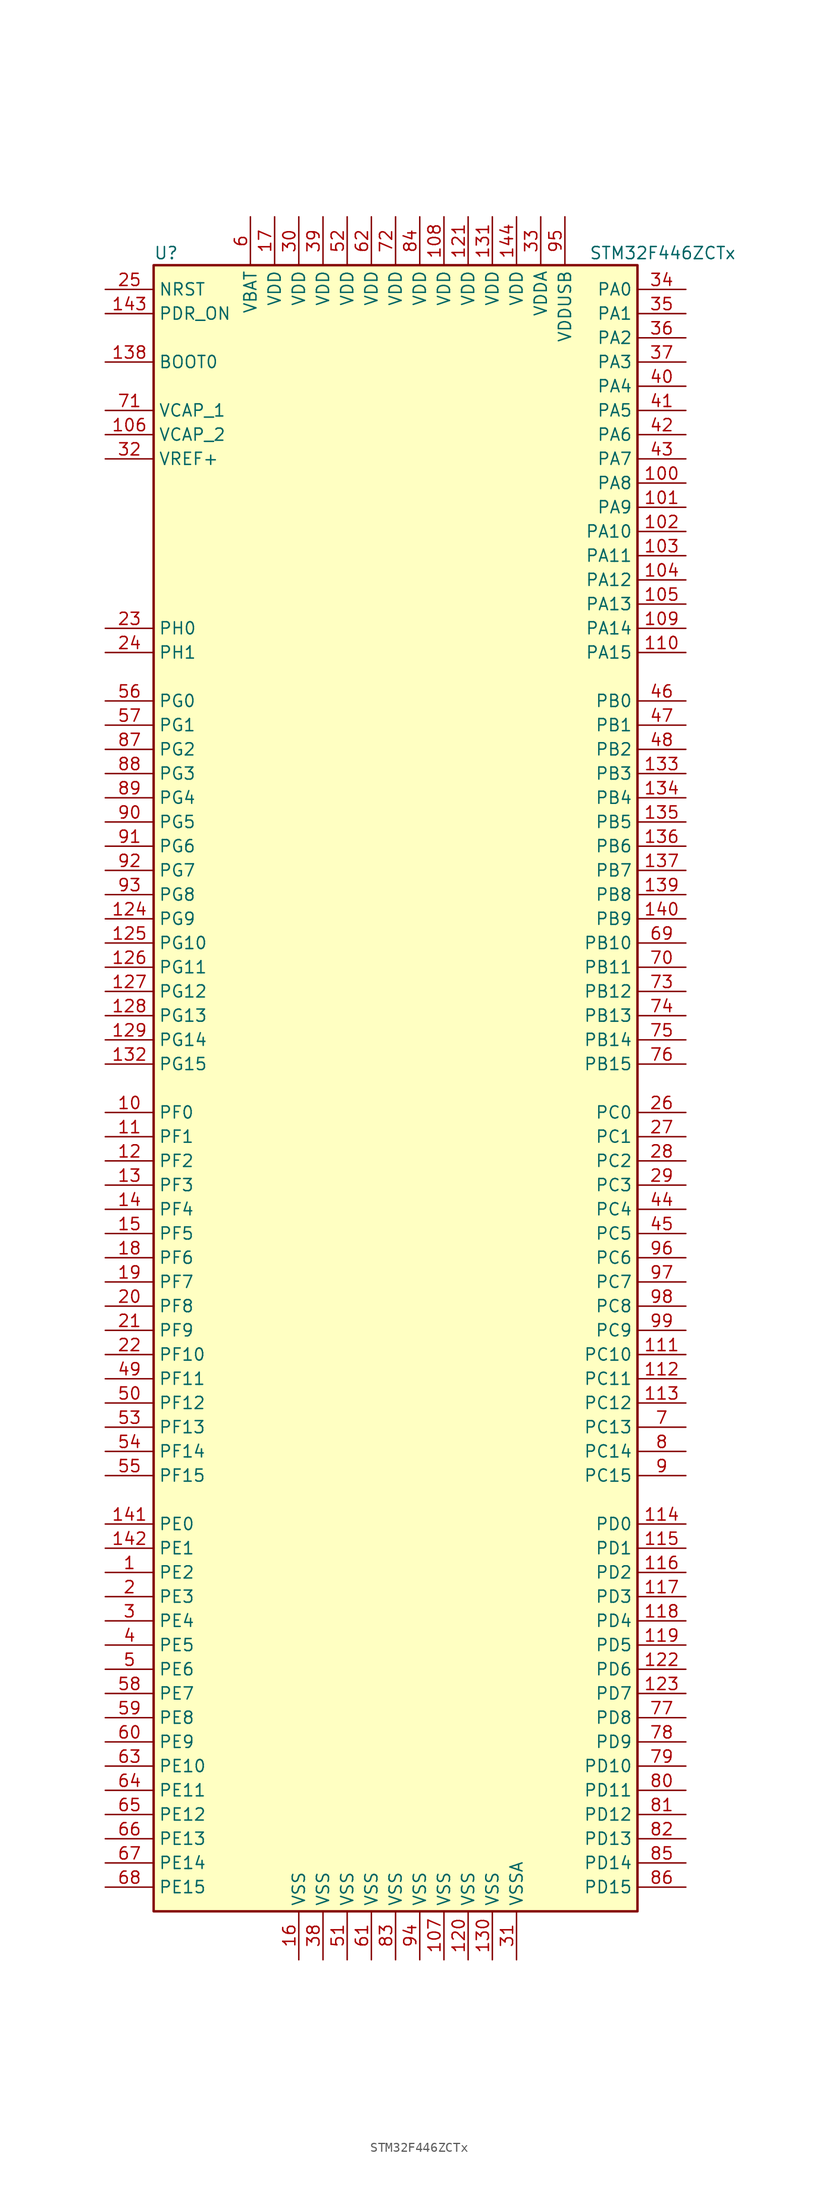
<source format=kicad_sym>
(kicad_symbol_lib
  (version 20201005)
  (generator kicad_symbol_editor)
  (symbol "STM32F446ZCTx"
    (property "Reference" "U"
      (at -25.4 87.63 0)
      (effects (font (size 1.27 1.27)) (justify left)))
    (property "Value" "STM32F446ZCTx"
      (at 20.32 87.63 0)
      (effects (font (size 1.27 1.27)) (justify left)))
    (symbol "STM32F446ZCTx_0_1"
      (rectangle (start -25.4 -86.36) (end 25.4 86.36) (stroke (width 0.254)) (fill (type background))))
    (symbol "STM32F446ZCTx_1_1"
      (pin bidirectional line (at -30.48 -50.8 0) (length 5.08) (name "PE2" (effects (font (size 1.27 1.27)))) (number "1" (effects (font (size 1.27 1.27)))))
      (pin bidirectional line (at -30.48 -2.54 0) (length 5.08) (name "PF0" (effects (font (size 1.27 1.27)))) (number "10" (effects (font (size 1.27 1.27)))))
      (pin bidirectional line (at 30.48 63.5 180) (length 5.08) (name "PA8" (effects (font (size 1.27 1.27)))) (number "100" (effects (font (size 1.27 1.27)))))
      (pin bidirectional line (at 30.48 60.96 180) (length 5.08) (name "PA9" (effects (font (size 1.27 1.27)))) (number "101" (effects (font (size 1.27 1.27)))))
      (pin bidirectional line (at 30.48 58.42 180) (length 5.08) (name "PA10" (effects (font (size 1.27 1.27)))) (number "102" (effects (font (size 1.27 1.27)))))
      (pin bidirectional line (at 30.48 55.88 180) (length 5.08) (name "PA11" (effects (font (size 1.27 1.27)))) (number "103" (effects (font (size 1.27 1.27)))))
      (pin bidirectional line (at 30.48 53.34 180) (length 5.08) (name "PA12" (effects (font (size 1.27 1.27)))) (number "104" (effects (font (size 1.27 1.27)))))
      (pin bidirectional line (at 30.48 50.8 180) (length 5.08) (name "PA13" (effects (font (size 1.27 1.27)))) (number "105" (effects (font (size 1.27 1.27)))))
      (pin power_in line (at -30.48 68.58 0) (length 5.08) (name "VCAP_2" (effects (font (size 1.27 1.27)))) (number "106" (effects (font (size 1.27 1.27)))))
      (pin power_in line (at 5.08 -91.44 90) (length 5.08) (name "VSS" (effects (font (size 1.27 1.27)))) (number "107" (effects (font (size 1.27 1.27)))))
      (pin power_in line (at 5.08 91.44 270) (length 5.08) (name "VDD" (effects (font (size 1.27 1.27)))) (number "108" (effects (font (size 1.27 1.27)))))
      (pin bidirectional line (at 30.48 48.26 180) (length 5.08) (name "PA14" (effects (font (size 1.27 1.27)))) (number "109" (effects (font (size 1.27 1.27)))))
      (pin bidirectional line (at -30.48 -5.08 0) (length 5.08) (name "PF1" (effects (font (size 1.27 1.27)))) (number "11" (effects (font (size 1.27 1.27)))))
      (pin bidirectional line (at 30.48 45.72 180) (length 5.08) (name "PA15" (effects (font (size 1.27 1.27)))) (number "110" (effects (font (size 1.27 1.27)))))
      (pin bidirectional line (at 30.48 -27.94 180) (length 5.08) (name "PC10" (effects (font (size 1.27 1.27)))) (number "111" (effects (font (size 1.27 1.27)))))
      (pin bidirectional line (at 30.48 -30.48 180) (length 5.08) (name "PC11" (effects (font (size 1.27 1.27)))) (number "112" (effects (font (size 1.27 1.27)))))
      (pin bidirectional line (at 30.48 -33.02 180) (length 5.08) (name "PC12" (effects (font (size 1.27 1.27)))) (number "113" (effects (font (size 1.27 1.27)))))
      (pin bidirectional line (at 30.48 -45.72 180) (length 5.08) (name "PD0" (effects (font (size 1.27 1.27)))) (number "114" (effects (font (size 1.27 1.27)))))
      (pin bidirectional line (at 30.48 -48.26 180) (length 5.08) (name "PD1" (effects (font (size 1.27 1.27)))) (number "115" (effects (font (size 1.27 1.27)))))
      (pin bidirectional line (at 30.48 -50.8 180) (length 5.08) (name "PD2" (effects (font (size 1.27 1.27)))) (number "116" (effects (font (size 1.27 1.27)))))
      (pin bidirectional line (at 30.48 -53.34 180) (length 5.08) (name "PD3" (effects (font (size 1.27 1.27)))) (number "117" (effects (font (size 1.27 1.27)))))
      (pin bidirectional line (at 30.48 -55.88 180) (length 5.08) (name "PD4" (effects (font (size 1.27 1.27)))) (number "118" (effects (font (size 1.27 1.27)))))
      (pin bidirectional line (at 30.48 -58.42 180) (length 5.08) (name "PD5" (effects (font (size 1.27 1.27)))) (number "119" (effects (font (size 1.27 1.27)))))
      (pin bidirectional line (at -30.48 -7.62 0) (length 5.08) (name "PF2" (effects (font (size 1.27 1.27)))) (number "12" (effects (font (size 1.27 1.27)))))
      (pin power_in line (at 7.62 -91.44 90) (length 5.08) (name "VSS" (effects (font (size 1.27 1.27)))) (number "120" (effects (font (size 1.27 1.27)))))
      (pin power_in line (at 7.62 91.44 270) (length 5.08) (name "VDD" (effects (font (size 1.27 1.27)))) (number "121" (effects (font (size 1.27 1.27)))))
      (pin bidirectional line (at 30.48 -60.96 180) (length 5.08) (name "PD6" (effects (font (size 1.27 1.27)))) (number "122" (effects (font (size 1.27 1.27)))))
      (pin bidirectional line (at 30.48 -63.5 180) (length 5.08) (name "PD7" (effects (font (size 1.27 1.27)))) (number "123" (effects (font (size 1.27 1.27)))))
      (pin bidirectional line (at -30.48 17.78 0) (length 5.08) (name "PG9" (effects (font (size 1.27 1.27)))) (number "124" (effects (font (size 1.27 1.27)))))
      (pin bidirectional line (at -30.48 15.24 0) (length 5.08) (name "PG10" (effects (font (size 1.27 1.27)))) (number "125" (effects (font (size 1.27 1.27)))))
      (pin bidirectional line (at -30.48 12.7 0) (length 5.08) (name "PG11" (effects (font (size 1.27 1.27)))) (number "126" (effects (font (size 1.27 1.27)))))
      (pin bidirectional line (at -30.48 10.16 0) (length 5.08) (name "PG12" (effects (font (size 1.27 1.27)))) (number "127" (effects (font (size 1.27 1.27)))))
      (pin bidirectional line (at -30.48 7.62 0) (length 5.08) (name "PG13" (effects (font (size 1.27 1.27)))) (number "128" (effects (font (size 1.27 1.27)))))
      (pin bidirectional line (at -30.48 5.08 0) (length 5.08) (name "PG14" (effects (font (size 1.27 1.27)))) (number "129" (effects (font (size 1.27 1.27)))))
      (pin bidirectional line (at -30.48 -10.16 0) (length 5.08) (name "PF3" (effects (font (size 1.27 1.27)))) (number "13" (effects (font (size 1.27 1.27)))))
      (pin power_in line (at 10.16 -91.44 90) (length 5.08) (name "VSS" (effects (font (size 1.27 1.27)))) (number "130" (effects (font (size 1.27 1.27)))))
      (pin power_in line (at 10.16 91.44 270) (length 5.08) (name "VDD" (effects (font (size 1.27 1.27)))) (number "131" (effects (font (size 1.27 1.27)))))
      (pin bidirectional line (at -30.48 2.54 0) (length 5.08) (name "PG15" (effects (font (size 1.27 1.27)))) (number "132" (effects (font (size 1.27 1.27)))))
      (pin bidirectional line (at 30.48 33.02 180) (length 5.08) (name "PB3" (effects (font (size 1.27 1.27)))) (number "133" (effects (font (size 1.27 1.27)))))
      (pin bidirectional line (at 30.48 30.48 180) (length 5.08) (name "PB4" (effects (font (size 1.27 1.27)))) (number "134" (effects (font (size 1.27 1.27)))))
      (pin bidirectional line (at 30.48 27.94 180) (length 5.08) (name "PB5" (effects (font (size 1.27 1.27)))) (number "135" (effects (font (size 1.27 1.27)))))
      (pin bidirectional line (at 30.48 25.4 180) (length 5.08) (name "PB6" (effects (font (size 1.27 1.27)))) (number "136" (effects (font (size 1.27 1.27)))))
      (pin bidirectional line (at 30.48 22.86 180) (length 5.08) (name "PB7" (effects (font (size 1.27 1.27)))) (number "137" (effects (font (size 1.27 1.27)))))
      (pin input line (at -30.48 76.2 0) (length 5.08) (name "BOOT0" (effects (font (size 1.27 1.27)))) (number "138" (effects (font (size 1.27 1.27)))))
      (pin bidirectional line (at 30.48 20.32 180) (length 5.08) (name "PB8" (effects (font (size 1.27 1.27)))) (number "139" (effects (font (size 1.27 1.27)))))
      (pin bidirectional line (at -30.48 -12.7 0) (length 5.08) (name "PF4" (effects (font (size 1.27 1.27)))) (number "14" (effects (font (size 1.27 1.27)))))
      (pin bidirectional line (at 30.48 17.78 180) (length 5.08) (name "PB9" (effects (font (size 1.27 1.27)))) (number "140" (effects (font (size 1.27 1.27)))))
      (pin bidirectional line (at -30.48 -45.72 0) (length 5.08) (name "PE0" (effects (font (size 1.27 1.27)))) (number "141" (effects (font (size 1.27 1.27)))))
      (pin bidirectional line (at -30.48 -48.26 0) (length 5.08) (name "PE1" (effects (font (size 1.27 1.27)))) (number "142" (effects (font (size 1.27 1.27)))))
      (pin input line (at -30.48 81.28 0) (length 5.08) (name "PDR_ON" (effects (font (size 1.27 1.27)))) (number "143" (effects (font (size 1.27 1.27)))))
      (pin power_in line (at 12.7 91.44 270) (length 5.08) (name "VDD" (effects (font (size 1.27 1.27)))) (number "144" (effects (font (size 1.27 1.27)))))
      (pin bidirectional line (at -30.48 -15.24 0) (length 5.08) (name "PF5" (effects (font (size 1.27 1.27)))) (number "15" (effects (font (size 1.27 1.27)))))
      (pin power_in line (at -10.16 -91.44 90) (length 5.08) (name "VSS" (effects (font (size 1.27 1.27)))) (number "16" (effects (font (size 1.27 1.27)))))
      (pin power_in line (at -12.7 91.44 270) (length 5.08) (name "VDD" (effects (font (size 1.27 1.27)))) (number "17" (effects (font (size 1.27 1.27)))))
      (pin bidirectional line (at -30.48 -17.78 0) (length 5.08) (name "PF6" (effects (font (size 1.27 1.27)))) (number "18" (effects (font (size 1.27 1.27)))))
      (pin bidirectional line (at -30.48 -20.32 0) (length 5.08) (name "PF7" (effects (font (size 1.27 1.27)))) (number "19" (effects (font (size 1.27 1.27)))))
      (pin bidirectional line (at -30.48 -53.34 0) (length 5.08) (name "PE3" (effects (font (size 1.27 1.27)))) (number "2" (effects (font (size 1.27 1.27)))))
      (pin bidirectional line (at -30.48 -22.86 0) (length 5.08) (name "PF8" (effects (font (size 1.27 1.27)))) (number "20" (effects (font (size 1.27 1.27)))))
      (pin bidirectional line (at -30.48 -25.4 0) (length 5.08) (name "PF9" (effects (font (size 1.27 1.27)))) (number "21" (effects (font (size 1.27 1.27)))))
      (pin bidirectional line (at -30.48 -27.94 0) (length 5.08) (name "PF10" (effects (font (size 1.27 1.27)))) (number "22" (effects (font (size 1.27 1.27)))))
      (pin input line (at -30.48 48.26 0) (length 5.08) (name "PH0" (effects (font (size 1.27 1.27)))) (number "23" (effects (font (size 1.27 1.27)))))
      (pin input line (at -30.48 45.72 0) (length 5.08) (name "PH1" (effects (font (size 1.27 1.27)))) (number "24" (effects (font (size 1.27 1.27)))))
      (pin input line (at -30.48 83.82 0) (length 5.08) (name "NRST" (effects (font (size 1.27 1.27)))) (number "25" (effects (font (size 1.27 1.27)))))
      (pin bidirectional line (at 30.48 -2.54 180) (length 5.08) (name "PC0" (effects (font (size 1.27 1.27)))) (number "26" (effects (font (size 1.27 1.27)))))
      (pin bidirectional line (at 30.48 -5.08 180) (length 5.08) (name "PC1" (effects (font (size 1.27 1.27)))) (number "27" (effects (font (size 1.27 1.27)))))
      (pin bidirectional line (at 30.48 -7.62 180) (length 5.08) (name "PC2" (effects (font (size 1.27 1.27)))) (number "28" (effects (font (size 1.27 1.27)))))
      (pin bidirectional line (at 30.48 -10.16 180) (length 5.08) (name "PC3" (effects (font (size 1.27 1.27)))) (number "29" (effects (font (size 1.27 1.27)))))
      (pin bidirectional line (at -30.48 -55.88 0) (length 5.08) (name "PE4" (effects (font (size 1.27 1.27)))) (number "3" (effects (font (size 1.27 1.27)))))
      (pin power_in line (at -10.16 91.44 270) (length 5.08) (name "VDD" (effects (font (size 1.27 1.27)))) (number "30" (effects (font (size 1.27 1.27)))))
      (pin power_in line (at 12.7 -91.44 90) (length 5.08) (name "VSSA" (effects (font (size 1.27 1.27)))) (number "31" (effects (font (size 1.27 1.27)))))
      (pin power_in line (at -30.48 66.04 0) (length 5.08) (name "VREF+" (effects (font (size 1.27 1.27)))) (number "32" (effects (font (size 1.27 1.27)))))
      (pin power_in line (at 15.24 91.44 270) (length 5.08) (name "VDDA" (effects (font (size 1.27 1.27)))) (number "33" (effects (font (size 1.27 1.27)))))
      (pin bidirectional line (at 30.48 83.82 180) (length 5.08) (name "PA0" (effects (font (size 1.27 1.27)))) (number "34" (effects (font (size 1.27 1.27)))))
      (pin bidirectional line (at 30.48 81.28 180) (length 5.08) (name "PA1" (effects (font (size 1.27 1.27)))) (number "35" (effects (font (size 1.27 1.27)))))
      (pin bidirectional line (at 30.48 78.74 180) (length 5.08) (name "PA2" (effects (font (size 1.27 1.27)))) (number "36" (effects (font (size 1.27 1.27)))))
      (pin bidirectional line (at 30.48 76.2 180) (length 5.08) (name "PA3" (effects (font (size 1.27 1.27)))) (number "37" (effects (font (size 1.27 1.27)))))
      (pin power_in line (at -7.62 -91.44 90) (length 5.08) (name "VSS" (effects (font (size 1.27 1.27)))) (number "38" (effects (font (size 1.27 1.27)))))
      (pin power_in line (at -7.62 91.44 270) (length 5.08) (name "VDD" (effects (font (size 1.27 1.27)))) (number "39" (effects (font (size 1.27 1.27)))))
      (pin bidirectional line (at -30.48 -58.42 0) (length 5.08) (name "PE5" (effects (font (size 1.27 1.27)))) (number "4" (effects (font (size 1.27 1.27)))))
      (pin bidirectional line (at 30.48 73.66 180) (length 5.08) (name "PA4" (effects (font (size 1.27 1.27)))) (number "40" (effects (font (size 1.27 1.27)))))
      (pin bidirectional line (at 30.48 71.12 180) (length 5.08) (name "PA5" (effects (font (size 1.27 1.27)))) (number "41" (effects (font (size 1.27 1.27)))))
      (pin bidirectional line (at 30.48 68.58 180) (length 5.08) (name "PA6" (effects (font (size 1.27 1.27)))) (number "42" (effects (font (size 1.27 1.27)))))
      (pin bidirectional line (at 30.48 66.04 180) (length 5.08) (name "PA7" (effects (font (size 1.27 1.27)))) (number "43" (effects (font (size 1.27 1.27)))))
      (pin bidirectional line (at 30.48 -12.7 180) (length 5.08) (name "PC4" (effects (font (size 1.27 1.27)))) (number "44" (effects (font (size 1.27 1.27)))))
      (pin bidirectional line (at 30.48 -15.24 180) (length 5.08) (name "PC5" (effects (font (size 1.27 1.27)))) (number "45" (effects (font (size 1.27 1.27)))))
      (pin bidirectional line (at 30.48 40.64 180) (length 5.08) (name "PB0" (effects (font (size 1.27 1.27)))) (number "46" (effects (font (size 1.27 1.27)))))
      (pin bidirectional line (at 30.48 38.1 180) (length 5.08) (name "PB1" (effects (font (size 1.27 1.27)))) (number "47" (effects (font (size 1.27 1.27)))))
      (pin bidirectional line (at 30.48 35.56 180) (length 5.08) (name "PB2" (effects (font (size 1.27 1.27)))) (number "48" (effects (font (size 1.27 1.27)))))
      (pin bidirectional line (at -30.48 -30.48 0) (length 5.08) (name "PF11" (effects (font (size 1.27 1.27)))) (number "49" (effects (font (size 1.27 1.27)))))
      (pin bidirectional line (at -30.48 -60.96 0) (length 5.08) (name "PE6" (effects (font (size 1.27 1.27)))) (number "5" (effects (font (size 1.27 1.27)))))
      (pin bidirectional line (at -30.48 -33.02 0) (length 5.08) (name "PF12" (effects (font (size 1.27 1.27)))) (number "50" (effects (font (size 1.27 1.27)))))
      (pin power_in line (at -5.08 -91.44 90) (length 5.08) (name "VSS" (effects (font (size 1.27 1.27)))) (number "51" (effects (font (size 1.27 1.27)))))
      (pin power_in line (at -5.08 91.44 270) (length 5.08) (name "VDD" (effects (font (size 1.27 1.27)))) (number "52" (effects (font (size 1.27 1.27)))))
      (pin bidirectional line (at -30.48 -35.56 0) (length 5.08) (name "PF13" (effects (font (size 1.27 1.27)))) (number "53" (effects (font (size 1.27 1.27)))))
      (pin bidirectional line (at -30.48 -38.1 0) (length 5.08) (name "PF14" (effects (font (size 1.27 1.27)))) (number "54" (effects (font (size 1.27 1.27)))))
      (pin bidirectional line (at -30.48 -40.64 0) (length 5.08) (name "PF15" (effects (font (size 1.27 1.27)))) (number "55" (effects (font (size 1.27 1.27)))))
      (pin bidirectional line (at -30.48 40.64 0) (length 5.08) (name "PG0" (effects (font (size 1.27 1.27)))) (number "56" (effects (font (size 1.27 1.27)))))
      (pin bidirectional line (at -30.48 38.1 0) (length 5.08) (name "PG1" (effects (font (size 1.27 1.27)))) (number "57" (effects (font (size 1.27 1.27)))))
      (pin bidirectional line (at -30.48 -63.5 0) (length 5.08) (name "PE7" (effects (font (size 1.27 1.27)))) (number "58" (effects (font (size 1.27 1.27)))))
      (pin bidirectional line (at -30.48 -66.04 0) (length 5.08) (name "PE8" (effects (font (size 1.27 1.27)))) (number "59" (effects (font (size 1.27 1.27)))))
      (pin power_in line (at -15.24 91.44 270) (length 5.08) (name "VBAT" (effects (font (size 1.27 1.27)))) (number "6" (effects (font (size 1.27 1.27)))))
      (pin bidirectional line (at -30.48 -68.58 0) (length 5.08) (name "PE9" (effects (font (size 1.27 1.27)))) (number "60" (effects (font (size 1.27 1.27)))))
      (pin power_in line (at -2.54 -91.44 90) (length 5.08) (name "VSS" (effects (font (size 1.27 1.27)))) (number "61" (effects (font (size 1.27 1.27)))))
      (pin power_in line (at -2.54 91.44 270) (length 5.08) (name "VDD" (effects (font (size 1.27 1.27)))) (number "62" (effects (font (size 1.27 1.27)))))
      (pin bidirectional line (at -30.48 -71.12 0) (length 5.08) (name "PE10" (effects (font (size 1.27 1.27)))) (number "63" (effects (font (size 1.27 1.27)))))
      (pin bidirectional line (at -30.48 -73.66 0) (length 5.08) (name "PE11" (effects (font (size 1.27 1.27)))) (number "64" (effects (font (size 1.27 1.27)))))
      (pin bidirectional line (at -30.48 -76.2 0) (length 5.08) (name "PE12" (effects (font (size 1.27 1.27)))) (number "65" (effects (font (size 1.27 1.27)))))
      (pin bidirectional line (at -30.48 -78.74 0) (length 5.08) (name "PE13" (effects (font (size 1.27 1.27)))) (number "66" (effects (font (size 1.27 1.27)))))
      (pin bidirectional line (at -30.48 -81.28 0) (length 5.08) (name "PE14" (effects (font (size 1.27 1.27)))) (number "67" (effects (font (size 1.27 1.27)))))
      (pin bidirectional line (at -30.48 -83.82 0) (length 5.08) (name "PE15" (effects (font (size 1.27 1.27)))) (number "68" (effects (font (size 1.27 1.27)))))
      (pin bidirectional line (at 30.48 15.24 180) (length 5.08) (name "PB10" (effects (font (size 1.27 1.27)))) (number "69" (effects (font (size 1.27 1.27)))))
      (pin bidirectional line (at 30.48 -35.56 180) (length 5.08) (name "PC13" (effects (font (size 1.27 1.27)))) (number "7" (effects (font (size 1.27 1.27)))))
      (pin bidirectional line (at 30.48 12.7 180) (length 5.08) (name "PB11" (effects (font (size 1.27 1.27)))) (number "70" (effects (font (size 1.27 1.27)))))
      (pin power_in line (at -30.48 71.12 0) (length 5.08) (name "VCAP_1" (effects (font (size 1.27 1.27)))) (number "71" (effects (font (size 1.27 1.27)))))
      (pin power_in line (at 0 91.44 270) (length 5.08) (name "VDD" (effects (font (size 1.27 1.27)))) (number "72" (effects (font (size 1.27 1.27)))))
      (pin bidirectional line (at 30.48 10.16 180) (length 5.08) (name "PB12" (effects (font (size 1.27 1.27)))) (number "73" (effects (font (size 1.27 1.27)))))
      (pin bidirectional line (at 30.48 7.62 180) (length 5.08) (name "PB13" (effects (font (size 1.27 1.27)))) (number "74" (effects (font (size 1.27 1.27)))))
      (pin bidirectional line (at 30.48 5.08 180) (length 5.08) (name "PB14" (effects (font (size 1.27 1.27)))) (number "75" (effects (font (size 1.27 1.27)))))
      (pin bidirectional line (at 30.48 2.54 180) (length 5.08) (name "PB15" (effects (font (size 1.27 1.27)))) (number "76" (effects (font (size 1.27 1.27)))))
      (pin bidirectional line (at 30.48 -66.04 180) (length 5.08) (name "PD8" (effects (font (size 1.27 1.27)))) (number "77" (effects (font (size 1.27 1.27)))))
      (pin bidirectional line (at 30.48 -68.58 180) (length 5.08) (name "PD9" (effects (font (size 1.27 1.27)))) (number "78" (effects (font (size 1.27 1.27)))))
      (pin bidirectional line (at 30.48 -71.12 180) (length 5.08) (name "PD10" (effects (font (size 1.27 1.27)))) (number "79" (effects (font (size 1.27 1.27)))))
      (pin bidirectional line (at 30.48 -38.1 180) (length 5.08) (name "PC14" (effects (font (size 1.27 1.27)))) (number "8" (effects (font (size 1.27 1.27)))))
      (pin bidirectional line (at 30.48 -73.66 180) (length 5.08) (name "PD11" (effects (font (size 1.27 1.27)))) (number "80" (effects (font (size 1.27 1.27)))))
      (pin bidirectional line (at 30.48 -76.2 180) (length 5.08) (name "PD12" (effects (font (size 1.27 1.27)))) (number "81" (effects (font (size 1.27 1.27)))))
      (pin bidirectional line (at 30.48 -78.74 180) (length 5.08) (name "PD13" (effects (font (size 1.27 1.27)))) (number "82" (effects (font (size 1.27 1.27)))))
      (pin power_in line (at 0 -91.44 90) (length 5.08) (name "VSS" (effects (font (size 1.27 1.27)))) (number "83" (effects (font (size 1.27 1.27)))))
      (pin power_in line (at 2.54 91.44 270) (length 5.08) (name "VDD" (effects (font (size 1.27 1.27)))) (number "84" (effects (font (size 1.27 1.27)))))
      (pin bidirectional line (at 30.48 -81.28 180) (length 5.08) (name "PD14" (effects (font (size 1.27 1.27)))) (number "85" (effects (font (size 1.27 1.27)))))
      (pin bidirectional line (at 30.48 -83.82 180) (length 5.08) (name "PD15" (effects (font (size 1.27 1.27)))) (number "86" (effects (font (size 1.27 1.27)))))
      (pin bidirectional line (at -30.48 35.56 0) (length 5.08) (name "PG2" (effects (font (size 1.27 1.27)))) (number "87" (effects (font (size 1.27 1.27)))))
      (pin bidirectional line (at -30.48 33.02 0) (length 5.08) (name "PG3" (effects (font (size 1.27 1.27)))) (number "88" (effects (font (size 1.27 1.27)))))
      (pin bidirectional line (at -30.48 30.48 0) (length 5.08) (name "PG4" (effects (font (size 1.27 1.27)))) (number "89" (effects (font (size 1.27 1.27)))))
      (pin bidirectional line (at 30.48 -40.64 180) (length 5.08) (name "PC15" (effects (font (size 1.27 1.27)))) (number "9" (effects (font (size 1.27 1.27)))))
      (pin bidirectional line (at -30.48 27.94 0) (length 5.08) (name "PG5" (effects (font (size 1.27 1.27)))) (number "90" (effects (font (size 1.27 1.27)))))
      (pin bidirectional line (at -30.48 25.4 0) (length 5.08) (name "PG6" (effects (font (size 1.27 1.27)))) (number "91" (effects (font (size 1.27 1.27)))))
      (pin bidirectional line (at -30.48 22.86 0) (length 5.08) (name "PG7" (effects (font (size 1.27 1.27)))) (number "92" (effects (font (size 1.27 1.27)))))
      (pin bidirectional line (at -30.48 20.32 0) (length 5.08) (name "PG8" (effects (font (size 1.27 1.27)))) (number "93" (effects (font (size 1.27 1.27)))))
      (pin power_in line (at 2.54 -91.44 90) (length 5.08) (name "VSS" (effects (font (size 1.27 1.27)))) (number "94" (effects (font (size 1.27 1.27)))))
      (pin power_in line (at 17.78 91.44 270) (length 5.08) (name "VDDUSB" (effects (font (size 1.27 1.27)))) (number "95" (effects (font (size 1.27 1.27)))))
      (pin bidirectional line (at 30.48 -17.78 180) (length 5.08) (name "PC6" (effects (font (size 1.27 1.27)))) (number "96" (effects (font (size 1.27 1.27)))))
      (pin bidirectional line (at 30.48 -20.32 180) (length 5.08) (name "PC7" (effects (font (size 1.27 1.27)))) (number "97" (effects (font (size 1.27 1.27)))))
      (pin bidirectional line (at 30.48 -22.86 180) (length 5.08) (name "PC8" (effects (font (size 1.27 1.27)))) (number "98" (effects (font (size 1.27 1.27)))))
      (pin bidirectional line (at 30.48 -25.4 180) (length 5.08) (name "PC9" (effects (font (size 1.27 1.27)))) (number "99" (effects (font (size 1.27 1.27))))))))
</source>
